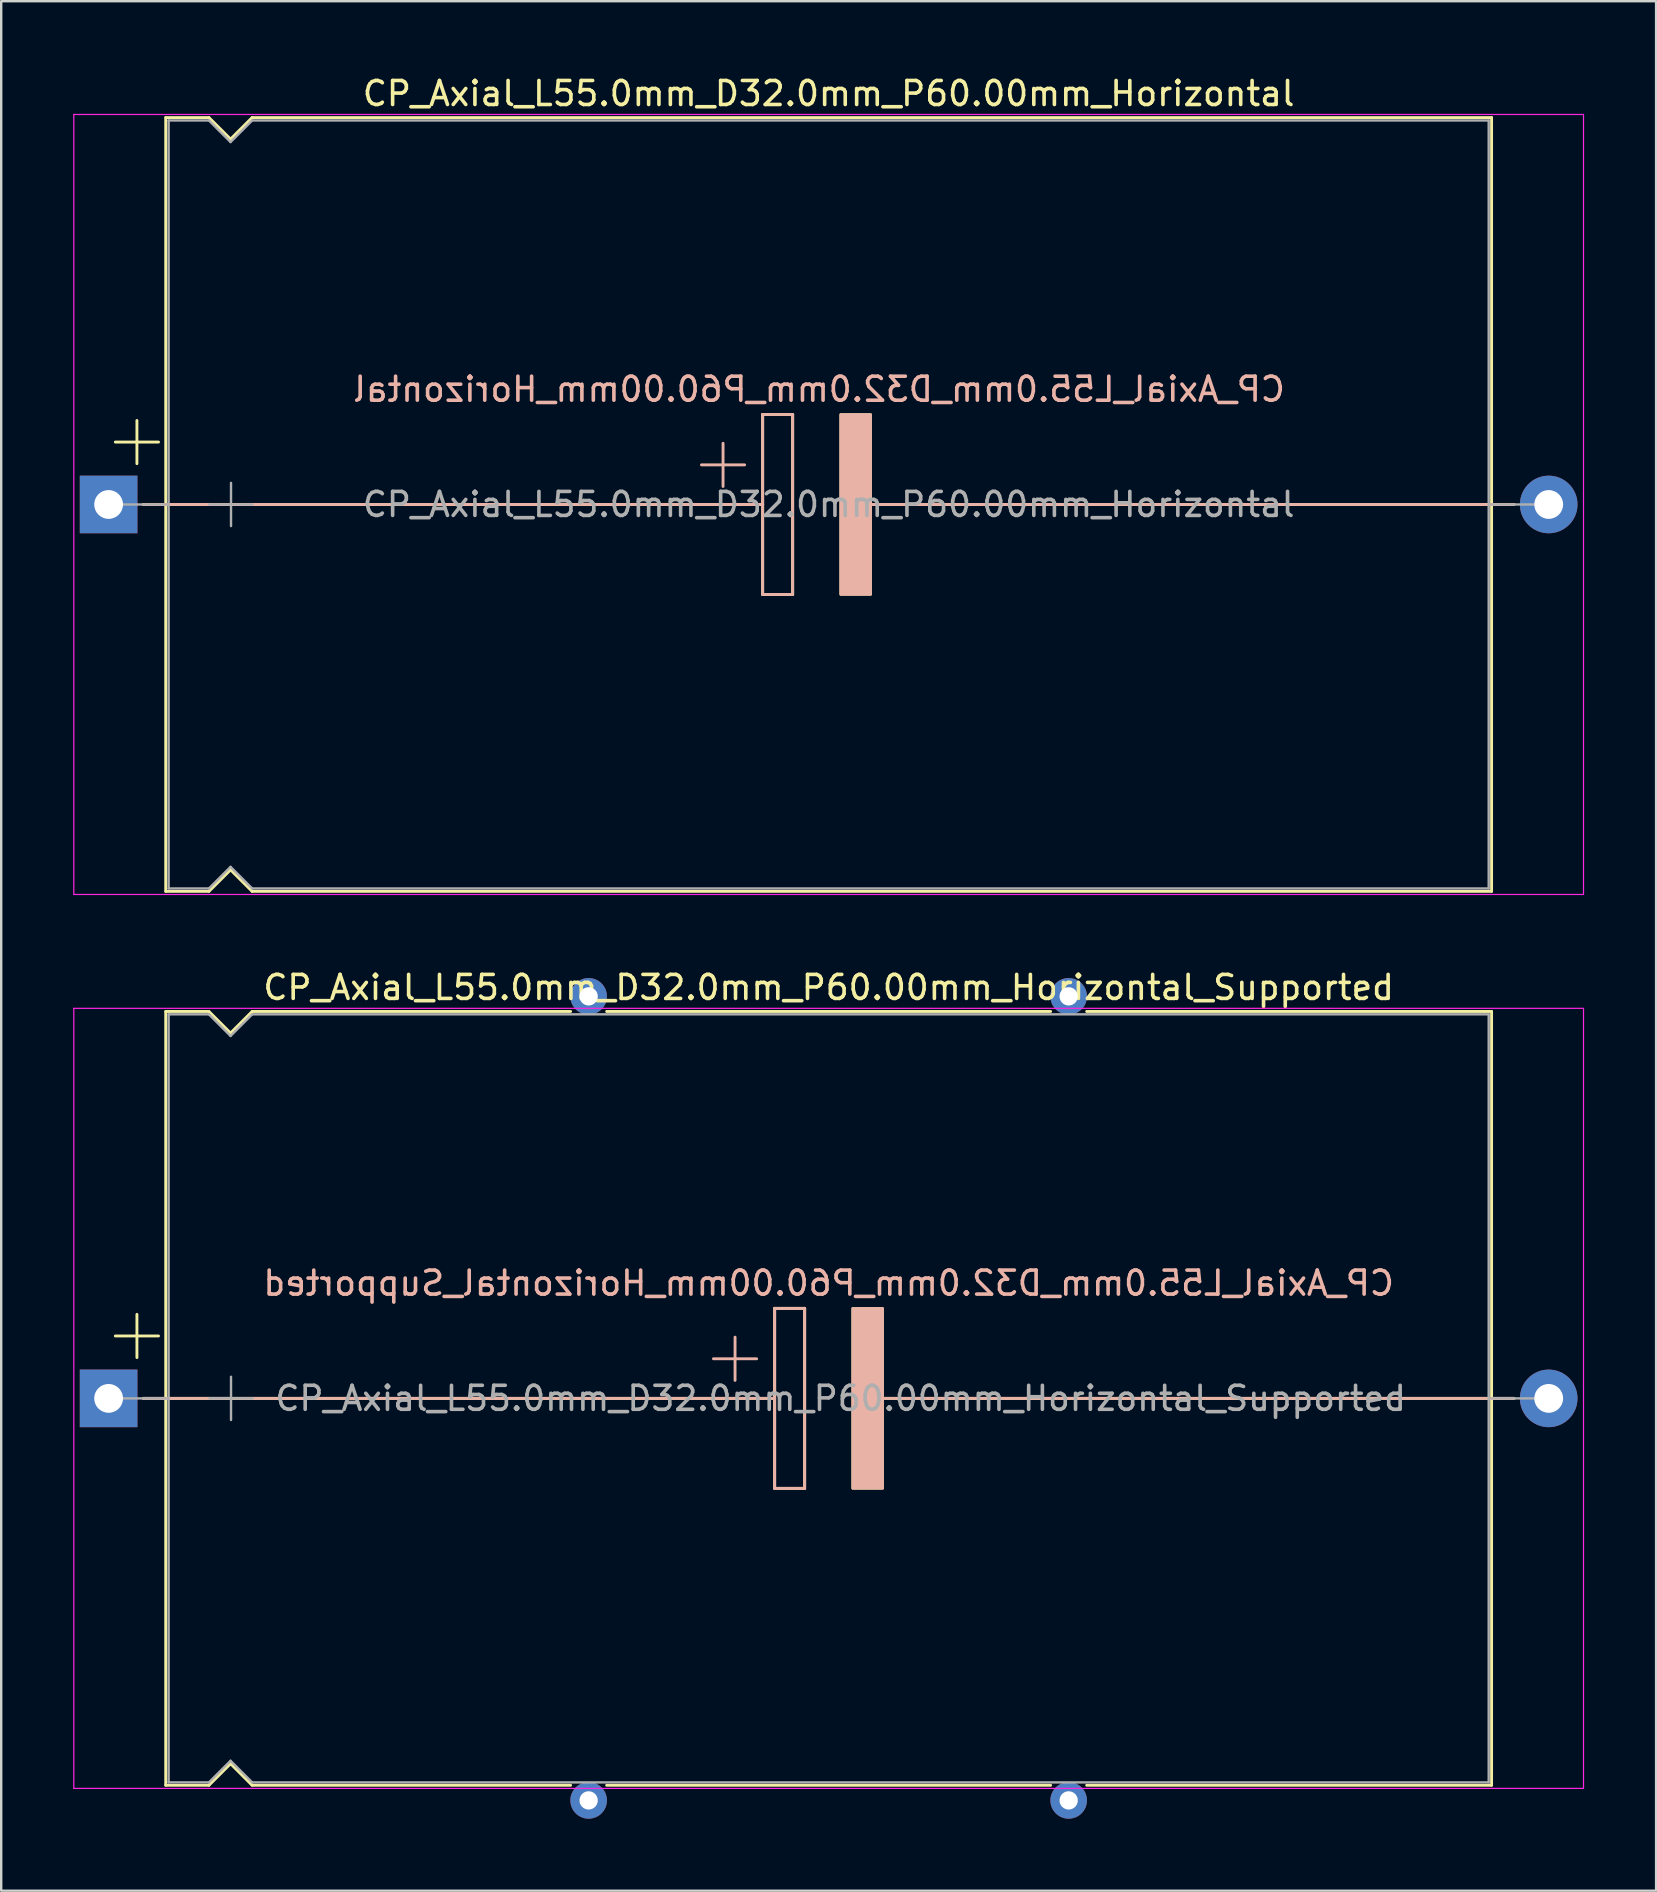
<source format=kicad_pcb>
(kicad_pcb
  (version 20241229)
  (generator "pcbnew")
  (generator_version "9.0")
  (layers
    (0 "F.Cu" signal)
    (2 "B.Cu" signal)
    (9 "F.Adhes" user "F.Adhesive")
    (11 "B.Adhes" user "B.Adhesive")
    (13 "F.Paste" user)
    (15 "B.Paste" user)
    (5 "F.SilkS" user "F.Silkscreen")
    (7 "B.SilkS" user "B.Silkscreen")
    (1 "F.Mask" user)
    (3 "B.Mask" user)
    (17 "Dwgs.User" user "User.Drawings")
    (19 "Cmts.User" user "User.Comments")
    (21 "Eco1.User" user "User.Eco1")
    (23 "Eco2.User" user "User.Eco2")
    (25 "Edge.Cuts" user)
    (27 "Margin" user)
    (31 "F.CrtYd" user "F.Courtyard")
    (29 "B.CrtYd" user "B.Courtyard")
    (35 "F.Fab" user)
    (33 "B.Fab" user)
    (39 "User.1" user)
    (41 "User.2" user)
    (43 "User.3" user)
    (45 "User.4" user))
  (footprint "CP_Axial_L55.0mm_D32.0mm_P60.00mm_Horizontal"
    (layer "F.Cu")
    (at 1.475 17.968)
    (property "Reference" "CP_Axial_L55.0mm_D32.0mm_P60.00mm_Horizontal" (at 30 -17.12 0) (layer "F.SilkS") (effects (font (size 1 1) (thickness 0.15))))
    (fp_line (start 0.28 -2.6) (end 2.08 -2.6) (stroke (width 0.12) (type solid)) (layer "F.SilkS"))
    (fp_line (start 1.18 -3.5) (end 1.18 -1.7) (stroke (width 0.12) (type solid)) (layer "F.SilkS"))
    (fp_line (start 1.44 0) (end 2.38 0) (stroke (width 0.12) (type solid)) (layer "F.SilkS"))
    (fp_line (start 2.38 -16.12) (end 2.38 16.12) (stroke (width 0.12) (type solid)) (layer "F.SilkS"))
    (fp_line (start 2.38 -16.12) (end 4.18 -16.12) (stroke (width 0.12) (type solid)) (layer "F.SilkS"))
    (fp_line (start 2.38 0) (end 27.25 0) (stroke (width 0.12) (type solid)) (layer "F.SilkS"))
    (fp_line (start 2.38 16.12) (end 4.18 16.12) (stroke (width 0.12) (type solid)) (layer "F.SilkS"))
    (fp_line (start 4.18 -16.12) (end 5.08 -15.22) (stroke (width 0.12) (type solid)) (layer "F.SilkS"))
    (fp_line (start 4.18 16.12) (end 5.08 15.22) (stroke (width 0.12) (type solid)) (layer "F.SilkS"))
    (fp_line (start 5.08 -15.22) (end 5.98 -16.12) (stroke (width 0.12) (type solid)) (layer "F.SilkS"))
    (fp_line (start 5.08 15.22) (end 5.98 16.12) (stroke (width 0.12) (type solid)) (layer "F.SilkS"))
    (fp_line (start 5.98 -16.12) (end 57.62 -16.12) (stroke (width 0.12) (type solid)) (layer "F.SilkS"))
    (fp_line (start 5.98 16.12) (end 57.62 16.12) (stroke (width 0.12) (type solid)) (layer "F.SilkS"))
    (fp_line (start 27.25 -3.75) (end 28.5 -3.75) (stroke (width 0.12) (type solid)) (layer "F.SilkS"))
    (fp_line (start 27.25 0) (end 27.25 -3.75) (stroke (width 0.12) (type solid)) (layer "F.SilkS"))
    (fp_line (start 27.25 3.75) (end 27.25 0) (stroke (width 0.12) (type solid)) (layer "F.SilkS"))
    (fp_line (start 28.5 -3.75) (end 28.5 3.75) (stroke (width 0.12) (type solid)) (layer "F.SilkS"))
    (fp_line (start 28.5 3.75) (end 27.25 3.75) (stroke (width 0.12) (type solid)) (layer "F.SilkS"))
    (fp_line (start 31.75 0) (end 57.62 0) (stroke (width 0.12) (type solid)) (layer "F.SilkS"))
    (fp_line (start 57.62 -16.12) (end 57.62 16.12) (stroke (width 0.12) (type solid)) (layer "F.SilkS"))
    (fp_line (start 58.56 0) (end 57.62 0) (stroke (width 0.12) (type solid)) (layer "F.SilkS"))
    (fp_poly (pts (xy 31.75 3.75) (xy 30.5 3.75) (xy 30.5 -3.75) (xy 31.75 -3.75)) (stroke (width 0.1) (type solid)) (fill yes) (layer "F.SilkS"))
    (fp_line (start 1.45 0) (end 20.38 0) (stroke (width 0.12) (type solid)) (layer "B.SilkS"))
    (fp_line (start 20.38 0) (end 27.25 0) (stroke (width 0.12) (type solid)) (layer "B.SilkS"))
    (fp_line (start 25.6 -2.55) (end 25.6 -0.75) (stroke (width 0.12) (type solid)) (layer "B.SilkS"))
    (fp_line (start 26.5 -1.65) (end 24.7 -1.65) (stroke (width 0.12) (type solid)) (layer "B.SilkS"))
    (fp_line (start 27.25 -3.75) (end 28.5 -3.75) (stroke (width 0.12) (type solid)) (layer "B.SilkS"))
    (fp_line (start 27.25 0) (end 27.25 -3.75) (stroke (width 0.12) (type solid)) (layer "B.SilkS"))
    (fp_line (start 27.25 3.75) (end 27.25 0) (stroke (width 0.12) (type solid)) (layer "B.SilkS"))
    (fp_line (start 28.5 -3.75) (end 28.5 3.75) (stroke (width 0.12) (type solid)) (layer "B.SilkS"))
    (fp_line (start 28.5 3.75) (end 27.25 3.75) (stroke (width 0.12) (type solid)) (layer "B.SilkS"))
    (fp_line (start 31.75 0) (end 38.62 0) (stroke (width 0.12) (type solid)) (layer "B.SilkS"))
    (fp_line (start 58.55 0) (end 38.62 0) (stroke (width 0.12) (type solid)) (layer "B.SilkS"))
    (fp_poly (pts (xy 31.75 3.75) (xy 30.5 3.75) (xy 30.5 -3.75) (xy 31.75 -3.75)) (stroke (width 0.1) (type solid)) (fill yes) (layer "B.SilkS"))
    (fp_line (start -1.45 -16.25) (end -1.45 16.25) (stroke (width 0.05) (type solid)) (layer "F.CrtYd"))
    (fp_line (start -1.45 16.25) (end 61.45 16.25) (stroke (width 0.05) (type solid)) (layer "F.CrtYd"))
    (fp_line (start 61.45 -16.25) (end -1.45 -16.25) (stroke (width 0.05) (type solid)) (layer "F.CrtYd"))
    (fp_line (start 61.45 16.25) (end 61.45 -16.25) (stroke (width 0.05) (type solid)) (layer "F.CrtYd"))
    (fp_line (start 0 0) (end 2.5 0) (stroke (width 0.1) (type solid)) (layer "F.Fab"))
    (fp_line (start 2.5 -16) (end 2.5 16) (stroke (width 0.1) (type solid)) (layer "F.Fab"))
    (fp_line (start 2.5 -16) (end 4.18 -16) (stroke (width 0.1) (type solid)) (layer "F.Fab"))
    (fp_line (start 2.5 16) (end 4.18 16) (stroke (width 0.1) (type solid)) (layer "F.Fab"))
    (fp_line (start 4.18 -16) (end 5.08 -15.1) (stroke (width 0.1) (type solid)) (layer "F.Fab"))
    (fp_line (start 4.18 16) (end 5.08 15.1) (stroke (width 0.1) (type solid)) (layer "F.Fab"))
    (fp_line (start 4.2 0) (end 6 0) (stroke (width 0.1) (type solid)) (layer "F.Fab"))
    (fp_line (start 5.08 -15.1) (end 5.98 -16) (stroke (width 0.1) (type solid)) (layer "F.Fab"))
    (fp_line (start 5.08 15.1) (end 5.98 16) (stroke (width 0.1) (type solid)) (layer "F.Fab"))
    (fp_line (start 5.1 -0.9) (end 5.1 0.9) (stroke (width 0.1) (type solid)) (layer "F.Fab"))
    (fp_line (start 5.98 -16) (end 57.5 -16) (stroke (width 0.1) (type solid)) (layer "F.Fab"))
    (fp_line (start 5.98 16) (end 57.5 16) (stroke (width 0.1) (type solid)) (layer "F.Fab"))
    (fp_line (start 57.5 -16) (end 57.5 16) (stroke (width 0.1) (type solid)) (layer "F.Fab"))
    (fp_line (start 60 0) (end 57.5 0) (stroke (width 0.1) (type solid)) (layer "F.Fab"))
    (fp_text user "${REFERENCE}" (at 29.6 -4.8 0) (layer "B.SilkS") (effects (font (size 1 1) (thickness 0.15)) (justify mirror)))
    (fp_text user "${REFERENCE}" (at 30 0 0) (layer "F.Fab") (effects (font (size 1 1) (thickness 0.15))))
    (pad "1" thru_hole rect (at 0 0) (size 2.4 2.4) (drill 1.2) (layers "*.Cu" "*.Mask"))
    (pad "2" thru_hole oval (at 60 0) (size 2.4 2.4) (drill 1.2) (layers "*.Cu" "*.Mask")))
  (footprint "CP_Axial_L55.0mm_D32.0mm_P60.00mm_Horizontal_Supported"
    (layer "F.Cu")
    (at 1.475 55.212)
    (property "Reference" "CP_Axial_L55.0mm_D32.0mm_P60.00mm_Horizontal_Supported" (at 30 -17.12 0) (layer "F.SilkS") (effects (font (size 1 1) (thickness 0.15))))
    (fp_line (start 0.28 -2.6) (end 2.08 -2.6) (stroke (width 0.12) (type solid)) (layer "F.SilkS"))
    (fp_line (start 1.18 -3.5) (end 1.18 -1.7) (stroke (width 0.12) (type solid)) (layer "F.SilkS"))
    (fp_line (start 1.44 0) (end 2.38 0) (stroke (width 0.12) (type solid)) (layer "F.SilkS"))
    (fp_line (start 2.38 -16.12) (end 2.38 16.12) (stroke (width 0.12) (type solid)) (layer "F.SilkS"))
    (fp_line (start 2.38 -16.12) (end 4.18 -16.12) (stroke (width 0.12) (type solid)) (layer "F.SilkS"))
    (fp_line (start 2.38 0) (end 27.75 0) (stroke (width 0.12) (type solid)) (layer "F.SilkS"))
    (fp_line (start 2.38 16.12) (end 4.18 16.12) (stroke (width 0.12) (type solid)) (layer "F.SilkS"))
    (fp_line (start 4.18 -16.12) (end 5.08 -15.22) (stroke (width 0.12) (type solid)) (layer "F.SilkS"))
    (fp_line (start 4.18 16.12) (end 5.08 15.22) (stroke (width 0.12) (type solid)) (layer "F.SilkS"))
    (fp_line (start 5.08 -15.22) (end 5.98 -16.12) (stroke (width 0.12) (type solid)) (layer "F.SilkS"))
    (fp_line (start 5.08 15.22) (end 5.98 16.12) (stroke (width 0.12) (type solid)) (layer "F.SilkS"))
    (fp_line (start 5.98 -16.12) (end 19.25 -16.12) (stroke (width 0.12) (type solid)) (layer "F.SilkS"))
    (fp_line (start 5.98 16.12) (end 19.25 16.12) (stroke (width 0.12) (type solid)) (layer "F.SilkS"))
    (fp_line (start 20.75 -16.12) (end 39.25 -16.12) (stroke (width 0.12) (type solid)) (layer "F.SilkS"))
    (fp_line (start 20.75 16.12) (end 39.25 16.12) (stroke (width 0.12) (type solid)) (layer "F.SilkS"))
    (fp_line (start 27.75 -3.75) (end 29 -3.75) (stroke (width 0.12) (type solid)) (layer "F.SilkS"))
    (fp_line (start 27.75 0) (end 27.75 -3.75) (stroke (width 0.12) (type solid)) (layer "F.SilkS"))
    (fp_line (start 27.75 3.75) (end 27.75 0) (stroke (width 0.12) (type solid)) (layer "F.SilkS"))
    (fp_line (start 29 -3.75) (end 29 3.75) (stroke (width 0.12) (type solid)) (layer "F.SilkS"))
    (fp_line (start 29 3.75) (end 27.75 3.75) (stroke (width 0.12) (type solid)) (layer "F.SilkS"))
    (fp_line (start 31.75 0) (end 57.62 0) (stroke (width 0.12) (type solid)) (layer "F.SilkS"))
    (fp_line (start 40.75 -16.12) (end 57.62 -16.12) (stroke (width 0.12) (type solid)) (layer "F.SilkS"))
    (fp_line (start 40.75 16.12) (end 57.62 16.12) (stroke (width 0.12) (type solid)) (layer "F.SilkS"))
    (fp_line (start 57.62 -16.12) (end 57.62 16.12) (stroke (width 0.12) (type solid)) (layer "F.SilkS"))
    (fp_line (start 58.56 0) (end 57.62 0) (stroke (width 0.12) (type solid)) (layer "F.SilkS"))
    (fp_poly (pts (xy 32.25 3.75) (xy 31 3.75) (xy 31 -3.75) (xy 32.25 -3.75)) (stroke (width 0.1) (type solid)) (fill yes) (layer "F.SilkS"))
    (fp_line (start 1.45 0) (end 20.88 0) (stroke (width 0.12) (type solid)) (layer "B.SilkS"))
    (fp_line (start 20.88 0) (end 27.75 0) (stroke (width 0.12) (type solid)) (layer "B.SilkS"))
    (fp_line (start 26.1 -2.55) (end 26.1 -0.75) (stroke (width 0.12) (type solid)) (layer "B.SilkS"))
    (fp_line (start 27 -1.65) (end 25.2 -1.65) (stroke (width 0.12) (type solid)) (layer "B.SilkS"))
    (fp_line (start 27.75 -3.75) (end 29 -3.75) (stroke (width 0.12) (type solid)) (layer "B.SilkS"))
    (fp_line (start 27.75 0) (end 27.75 -3.75) (stroke (width 0.12) (type solid)) (layer "B.SilkS"))
    (fp_line (start 27.75 3.75) (end 27.75 0) (stroke (width 0.12) (type solid)) (layer "B.SilkS"))
    (fp_line (start 29 -3.75) (end 29 3.75) (stroke (width 0.12) (type solid)) (layer "B.SilkS"))
    (fp_line (start 29 3.75) (end 27.75 3.75) (stroke (width 0.12) (type solid)) (layer "B.SilkS"))
    (fp_line (start 32.25 0) (end 39.12 0) (stroke (width 0.12) (type solid)) (layer "B.SilkS"))
    (fp_line (start 58.55 0) (end 39.12 0) (stroke (width 0.12) (type solid)) (layer "B.SilkS"))
    (fp_poly (pts (xy 32.25 3.75) (xy 31 3.75) (xy 31 -3.75) (xy 32.25 -3.75)) (stroke (width 0.1) (type solid)) (fill yes) (layer "B.SilkS"))
    (fp_line (start -1.45 -16.25) (end -1.45 16.25) (stroke (width 0.05) (type solid)) (layer "F.CrtYd"))
    (fp_line (start -1.45 16.25) (end 61.45 16.25) (stroke (width 0.05) (type solid)) (layer "F.CrtYd"))
    (fp_line (start 61.45 -16.25) (end -1.45 -16.25) (stroke (width 0.05) (type solid)) (layer "F.CrtYd"))
    (fp_line (start 61.45 16.25) (end 61.45 -16.25) (stroke (width 0.05) (type solid)) (layer "F.CrtYd"))
    (fp_line (start 0 0) (end 2.5 0) (stroke (width 0.1) (type solid)) (layer "F.Fab"))
    (fp_line (start 2.5 -16) (end 2.5 16) (stroke (width 0.1) (type solid)) (layer "F.Fab"))
    (fp_line (start 2.5 -16) (end 4.18 -16) (stroke (width 0.1) (type solid)) (layer "F.Fab"))
    (fp_line (start 2.5 16) (end 4.18 16) (stroke (width 0.1) (type solid)) (layer "F.Fab"))
    (fp_line (start 4.18 -16) (end 5.08 -15.1) (stroke (width 0.1) (type solid)) (layer "F.Fab"))
    (fp_line (start 4.18 16) (end 5.08 15.1) (stroke (width 0.1) (type solid)) (layer "F.Fab"))
    (fp_line (start 4.2 0) (end 6 0) (stroke (width 0.1) (type solid)) (layer "F.Fab"))
    (fp_line (start 5.08 -15.1) (end 5.98 -16) (stroke (width 0.1) (type solid)) (layer "F.Fab"))
    (fp_line (start 5.08 15.1) (end 5.98 16) (stroke (width 0.1) (type solid)) (layer "F.Fab"))
    (fp_line (start 5.1 -0.9) (end 5.1 0.9) (stroke (width 0.1) (type solid)) (layer "F.Fab"))
    (fp_line (start 5.98 -16) (end 57.5 -16) (stroke (width 0.1) (type solid)) (layer "F.Fab"))
    (fp_line (start 5.98 16) (end 57.5 16) (stroke (width 0.1) (type solid)) (layer "F.Fab"))
    (fp_line (start 57.5 -16) (end 57.5 16) (stroke (width 0.1) (type solid)) (layer "F.Fab"))
    (fp_line (start 60 0) (end 57.5 0) (stroke (width 0.1) (type solid)) (layer "F.Fab"))
    (fp_text user "${REFERENCE}" (at 30 -4.8 0) (layer "B.SilkS") (effects (font (size 1 1) (thickness 0.15)) (justify mirror)))
    (fp_text user "${REFERENCE}" (at 30.5 0 0) (layer "F.Fab") (effects (font (size 1 1) (thickness 0.15))))
    (pad "" thru_hole circle (at 20 -16.75) (size 1.524 1.524) (drill 0.762) (layers "*.Cu" "*.Mask"))
    (pad "" thru_hole circle (at 20 16.75) (size 1.524 1.524) (drill 0.762) (layers "*.Cu" "*.Mask"))
    (pad "" thru_hole circle (at 40 -16.75) (size 1.524 1.524) (drill 0.762) (layers "*.Cu" "*.Mask"))
    (pad "" thru_hole circle (at 40 16.75) (size 1.524 1.524) (drill 0.762) (layers "*.Cu" "*.Mask"))
    (pad "1" thru_hole rect (at 0 0) (size 2.4 2.4) (drill 1.2) (layers "*.Cu" "*.Mask"))
    (pad "2" thru_hole oval (at 60 0) (size 2.4 2.4) (drill 1.2) (layers "*.Cu" "*.Mask")))
  (gr_rect
    (start -3 -3)
    (end 65.95 75.724)
    (stroke (width 0.1) (type default))
    (fill no)
    (layer "Edge.Cuts")))
</source>
